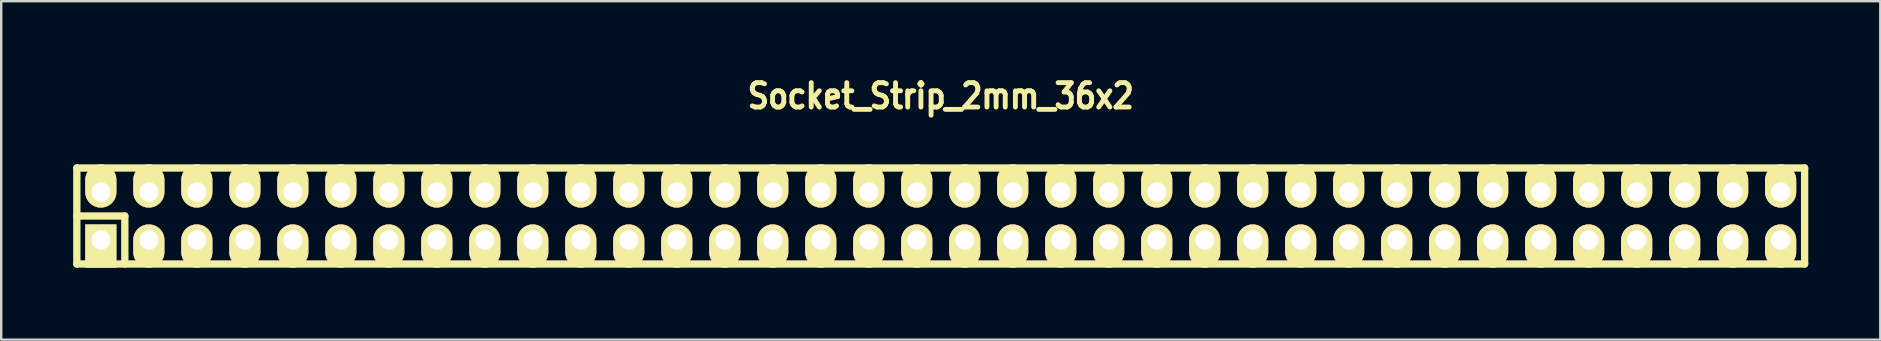
<source format=kicad_pcb>
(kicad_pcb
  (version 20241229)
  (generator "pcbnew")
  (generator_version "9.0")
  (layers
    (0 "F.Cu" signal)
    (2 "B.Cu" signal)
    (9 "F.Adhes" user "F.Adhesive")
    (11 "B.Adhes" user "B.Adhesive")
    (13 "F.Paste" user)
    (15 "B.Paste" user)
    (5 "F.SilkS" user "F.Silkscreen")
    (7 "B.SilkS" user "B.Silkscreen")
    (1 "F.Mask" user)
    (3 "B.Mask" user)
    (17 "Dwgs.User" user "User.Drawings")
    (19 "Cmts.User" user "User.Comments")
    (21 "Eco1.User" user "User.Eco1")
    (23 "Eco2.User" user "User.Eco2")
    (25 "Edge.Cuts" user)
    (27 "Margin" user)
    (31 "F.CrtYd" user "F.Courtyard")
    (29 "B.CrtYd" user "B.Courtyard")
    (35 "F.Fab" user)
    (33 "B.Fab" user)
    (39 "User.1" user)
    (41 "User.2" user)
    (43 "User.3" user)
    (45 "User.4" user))
  (footprint "Socket_Strip_2mm_36x2"
    (layer "F.Cu")
    (at 36.152 5.951)
    (property "Reference" "Socket_Strip_2mm_36x2" (at 0 -5 0) (layer "F.SilkS") (effects (font (size 1.016 0.889) (thickness 0.203))))
    (attr through_hole)
    (fp_line (start -36 -2) (end 36 -2) (stroke (width 0.305) (type solid)) (layer "F.SilkS"))
    (fp_line (start -36 0) (end -34 0) (stroke (width 0.305) (type solid)) (layer "F.SilkS"))
    (fp_line (start -36 2) (end -36 -2) (stroke (width 0.305) (type solid)) (layer "F.SilkS"))
    (fp_line (start -34 0) (end -34 2) (stroke (width 0.305) (type solid)) (layer "F.SilkS"))
    (fp_line (start 36 -2) (end 36 2) (stroke (width 0.305) (type solid)) (layer "F.SilkS"))
    (fp_line (start 36 2) (end -36 2) (stroke (width 0.305) (type solid)) (layer "F.SilkS"))
    (pad "1" thru_hole rect (at -35 1) (size 1.3 1.8) (drill 0.8 (offset 0 0.25)) (layers "*.Cu" "*.Mask" "F.SilkS"))
    (pad "2" thru_hole oval (at -35 -1) (size 1.3 1.8) (drill 0.8 (offset 0 -0.25)) (layers "*.Cu" "*.Mask" "F.SilkS"))
    (pad "3" thru_hole oval (at -33 1) (size 1.3 1.8) (drill 0.8 (offset 0 0.25)) (layers "*.Cu" "*.Mask" "F.SilkS"))
    (pad "4" thru_hole oval (at -33 -1) (size 1.3 1.8) (drill 0.8 (offset 0 -0.25)) (layers "*.Cu" "*.Mask" "F.SilkS"))
    (pad "5" thru_hole oval (at -31 1) (size 1.3 1.8) (drill 0.8 (offset 0 0.25)) (layers "*.Cu" "*.Mask" "F.SilkS"))
    (pad "6" thru_hole oval (at -31 -1) (size 1.3 1.8) (drill 0.8 (offset 0 -0.25)) (layers "*.Cu" "*.Mask" "F.SilkS"))
    (pad "7" thru_hole oval (at -29 1) (size 1.3 1.8) (drill 0.8 (offset 0 0.25)) (layers "*.Cu" "*.Mask" "F.SilkS"))
    (pad "8" thru_hole oval (at -29 -1) (size 1.3 1.8) (drill 0.8 (offset 0 -0.25)) (layers "*.Cu" "*.Mask" "F.SilkS"))
    (pad "9" thru_hole oval (at -27 1) (size 1.3 1.8) (drill 0.8 (offset 0 0.25)) (layers "*.Cu" "*.Mask" "F.SilkS"))
    (pad "10" thru_hole oval (at -27 -1) (size 1.3 1.8) (drill 0.8 (offset 0 -0.25)) (layers "*.Cu" "*.Mask" "F.SilkS"))
    (pad "11" thru_hole oval (at -25 1) (size 1.3 1.8) (drill 0.8 (offset 0 0.25)) (layers "*.Cu" "*.Mask" "F.SilkS"))
    (pad "12" thru_hole oval (at -25 -1) (size 1.3 1.8) (drill 0.8 (offset 0 -0.25)) (layers "*.Cu" "*.Mask" "F.SilkS"))
    (pad "13" thru_hole oval (at -23 1) (size 1.3 1.8) (drill 0.8 (offset 0 0.25)) (layers "*.Cu" "*.Mask" "F.SilkS"))
    (pad "14" thru_hole oval (at -23 -1) (size 1.3 1.8) (drill 0.8 (offset 0 -0.25)) (layers "*.Cu" "*.Mask" "F.SilkS"))
    (pad "15" thru_hole oval (at -21 1) (size 1.3 1.8) (drill 0.8 (offset 0 0.25)) (layers "*.Cu" "*.Mask" "F.SilkS"))
    (pad "16" thru_hole oval (at -21 -1) (size 1.3 1.8) (drill 0.8 (offset 0 -0.25)) (layers "*.Cu" "*.Mask" "F.SilkS"))
    (pad "17" thru_hole oval (at -19 1) (size 1.3 1.8) (drill 0.8 (offset 0 0.25)) (layers "*.Cu" "*.Mask" "F.SilkS"))
    (pad "18" thru_hole oval (at -19 -1) (size 1.3 1.8) (drill 0.8 (offset 0 -0.25)) (layers "*.Cu" "*.Mask" "F.SilkS"))
    (pad "19" thru_hole oval (at -17 1) (size 1.3 1.8) (drill 0.8 (offset 0 0.25)) (layers "*.Cu" "*.Mask" "F.SilkS"))
    (pad "20" thru_hole oval (at -17 -1) (size 1.3 1.8) (drill 0.8 (offset 0 -0.25)) (layers "*.Cu" "*.Mask" "F.SilkS"))
    (pad "21" thru_hole oval (at -15 1) (size 1.3 1.8) (drill 0.8 (offset 0 0.25)) (layers "*.Cu" "*.Mask" "F.SilkS"))
    (pad "22" thru_hole oval (at -15 -1) (size 1.3 1.8) (drill 0.8 (offset 0 -0.25)) (layers "*.Cu" "*.Mask" "F.SilkS"))
    (pad "23" thru_hole oval (at -13 1) (size 1.3 1.8) (drill 0.8 (offset 0 0.25)) (layers "*.Cu" "*.Mask" "F.SilkS"))
    (pad "24" thru_hole oval (at -13 -1) (size 1.3 1.8) (drill 0.8 (offset 0 -0.25)) (layers "*.Cu" "*.Mask" "F.SilkS"))
    (pad "25" thru_hole oval (at -11 1) (size 1.3 1.8) (drill 0.8 (offset 0 0.25)) (layers "*.Cu" "*.Mask" "F.SilkS"))
    (pad "26" thru_hole oval (at -11 -1) (size 1.3 1.8) (drill 0.8 (offset 0 -0.25)) (layers "*.Cu" "*.Mask" "F.SilkS"))
    (pad "27" thru_hole oval (at -9 1) (size 1.3 1.8) (drill 0.8 (offset 0 0.25)) (layers "*.Cu" "*.Mask" "F.SilkS"))
    (pad "28" thru_hole oval (at -9 -1) (size 1.3 1.8) (drill 0.8 (offset 0 -0.25)) (layers "*.Cu" "*.Mask" "F.SilkS"))
    (pad "29" thru_hole oval (at -7 1) (size 1.3 1.8) (drill 0.8 (offset 0 0.25)) (layers "*.Cu" "*.Mask" "F.SilkS"))
    (pad "30" thru_hole oval (at -7 -1) (size 1.3 1.8) (drill 0.8 (offset 0 -0.25)) (layers "*.Cu" "*.Mask" "F.SilkS"))
    (pad "31" thru_hole oval (at -5 1) (size 1.3 1.8) (drill 0.8 (offset 0 0.25)) (layers "*.Cu" "*.Mask" "F.SilkS"))
    (pad "32" thru_hole oval (at -5 -1) (size 1.3 1.8) (drill 0.8 (offset 0 -0.25)) (layers "*.Cu" "*.Mask" "F.SilkS"))
    (pad "33" thru_hole oval (at -3 1) (size 1.3 1.8) (drill 0.8 (offset 0 0.25)) (layers "*.Cu" "*.Mask" "F.SilkS"))
    (pad "34" thru_hole oval (at -3 -1) (size 1.3 1.8) (drill 0.8 (offset 0 -0.25)) (layers "*.Cu" "*.Mask" "F.SilkS"))
    (pad "35" thru_hole oval (at -1 1) (size 1.3 1.8) (drill 0.8 (offset 0 0.25)) (layers "*.Cu" "*.Mask" "F.SilkS"))
    (pad "36" thru_hole oval (at -1 -1) (size 1.3 1.8) (drill 0.8 (offset 0 -0.25)) (layers "*.Cu" "*.Mask" "F.SilkS"))
    (pad "37" thru_hole oval (at 1 1) (size 1.3 1.8) (drill 0.8 (offset 0 0.25)) (layers "*.Cu" "*.Mask" "F.SilkS"))
    (pad "38" thru_hole oval (at 1 -1) (size 1.3 1.8) (drill 0.8 (offset 0 -0.25)) (layers "*.Cu" "*.Mask" "F.SilkS"))
    (pad "39" thru_hole oval (at 3 1) (size 1.3 1.8) (drill 0.8 (offset 0 0.25)) (layers "*.Cu" "*.Mask" "F.SilkS"))
    (pad "40" thru_hole oval (at 3 -1) (size 1.3 1.8) (drill 0.8 (offset 0 -0.25)) (layers "*.Cu" "*.Mask" "F.SilkS"))
    (pad "41" thru_hole oval (at 5 1) (size 1.3 1.8) (drill 0.8 (offset 0 0.25)) (layers "*.Cu" "*.Mask" "F.SilkS"))
    (pad "42" thru_hole oval (at 5 -1) (size 1.3 1.8) (drill 0.8 (offset 0 -0.25)) (layers "*.Cu" "*.Mask" "F.SilkS"))
    (pad "43" thru_hole oval (at 7 1) (size 1.3 1.8) (drill 0.8 (offset 0 0.25)) (layers "*.Cu" "*.Mask" "F.SilkS"))
    (pad "44" thru_hole oval (at 7 -1) (size 1.3 1.8) (drill 0.8 (offset 0 -0.25)) (layers "*.Cu" "*.Mask" "F.SilkS"))
    (pad "45" thru_hole oval (at 9 1) (size 1.3 1.8) (drill 0.8 (offset 0 0.25)) (layers "*.Cu" "*.Mask" "F.SilkS"))
    (pad "46" thru_hole oval (at 9 -1) (size 1.3 1.8) (drill 0.8 (offset 0 -0.25)) (layers "*.Cu" "*.Mask" "F.SilkS"))
    (pad "47" thru_hole oval (at 11 1) (size 1.3 1.8) (drill 0.8 (offset 0 0.25)) (layers "*.Cu" "*.Mask" "F.SilkS"))
    (pad "48" thru_hole oval (at 11 -1) (size 1.3 1.8) (drill 0.8 (offset 0 -0.25)) (layers "*.Cu" "*.Mask" "F.SilkS"))
    (pad "49" thru_hole oval (at 13 1) (size 1.3 1.8) (drill 0.8 (offset 0 0.25)) (layers "*.Cu" "*.Mask" "F.SilkS"))
    (pad "50" thru_hole oval (at 13 -1) (size 1.3 1.8) (drill 0.8 (offset 0 -0.25)) (layers "*.Cu" "*.Mask" "F.SilkS"))
    (pad "51" thru_hole oval (at 15 1) (size 1.3 1.8) (drill 0.8 (offset 0 0.25)) (layers "*.Cu" "*.Mask" "F.SilkS"))
    (pad "52" thru_hole oval (at 15 -1) (size 1.3 1.8) (drill 0.8 (offset 0 -0.25)) (layers "*.Cu" "*.Mask" "F.SilkS"))
    (pad "53" thru_hole oval (at 17 1) (size 1.3 1.8) (drill 0.8 (offset 0 0.25)) (layers "*.Cu" "*.Mask" "F.SilkS"))
    (pad "54" thru_hole oval (at 17 -1) (size 1.3 1.8) (drill 0.8 (offset 0 -0.25)) (layers "*.Cu" "*.Mask" "F.SilkS"))
    (pad "55" thru_hole oval (at 19 1) (size 1.3 1.8) (drill 0.8 (offset 0 0.25)) (layers "*.Cu" "*.Mask" "F.SilkS"))
    (pad "56" thru_hole oval (at 19 -1) (size 1.3 1.8) (drill 0.8 (offset 0 -0.25)) (layers "*.Cu" "*.Mask" "F.SilkS"))
    (pad "57" thru_hole oval (at 21 1) (size 1.3 1.8) (drill 0.8 (offset 0 0.25)) (layers "*.Cu" "*.Mask" "F.SilkS"))
    (pad "58" thru_hole oval (at 21 -1) (size 1.3 1.8) (drill 0.8 (offset 0 -0.25)) (layers "*.Cu" "*.Mask" "F.SilkS"))
    (pad "59" thru_hole oval (at 23 1) (size 1.3 1.8) (drill 0.8 (offset 0 0.25)) (layers "*.Cu" "*.Mask" "F.SilkS"))
    (pad "60" thru_hole oval (at 23 -1) (size 1.3 1.8) (drill 0.8 (offset 0 -0.25)) (layers "*.Cu" "*.Mask" "F.SilkS"))
    (pad "61" thru_hole oval (at 25 1) (size 1.3 1.8) (drill 0.8 (offset 0 0.25)) (layers "*.Cu" "*.Mask" "F.SilkS"))
    (pad "62" thru_hole oval (at 25 -1) (size 1.3 1.8) (drill 0.8 (offset 0 -0.25)) (layers "*.Cu" "*.Mask" "F.SilkS"))
    (pad "63" thru_hole oval (at 27 1) (size 1.3 1.8) (drill 0.8 (offset 0 0.25)) (layers "*.Cu" "*.Mask" "F.SilkS"))
    (pad "64" thru_hole oval (at 27 -1) (size 1.3 1.8) (drill 0.8 (offset 0 -0.25)) (layers "*.Cu" "*.Mask" "F.SilkS"))
    (pad "65" thru_hole oval (at 29 1) (size 1.3 1.8) (drill 0.8 (offset 0 0.25)) (layers "*.Cu" "*.Mask" "F.SilkS"))
    (pad "66" thru_hole oval (at 29 -1) (size 1.3 1.8) (drill 0.8 (offset 0 -0.25)) (layers "*.Cu" "*.Mask" "F.SilkS"))
    (pad "67" thru_hole oval (at 31 1) (size 1.3 1.8) (drill 0.8 (offset 0 0.25)) (layers "*.Cu" "*.Mask" "F.SilkS"))
    (pad "68" thru_hole oval (at 31 -1) (size 1.3 1.8) (drill 0.8 (offset 0 -0.25)) (layers "*.Cu" "*.Mask" "F.SilkS"))
    (pad "69" thru_hole oval (at 33 1) (size 1.3 1.8) (drill 0.8 (offset 0 0.25)) (layers "*.Cu" "*.Mask" "F.SilkS"))
    (pad "70" thru_hole oval (at 33 -1) (size 1.3 1.8) (drill 0.8 (offset 0 -0.25)) (layers "*.Cu" "*.Mask" "F.SilkS"))
    (pad "71" thru_hole oval (at 35 1) (size 1.3 1.8) (drill 0.8 (offset 0 0.25)) (layers "*.Cu" "*.Mask" "F.SilkS"))
    (pad "72" thru_hole oval (at 35 -1) (size 1.3 1.8) (drill 0.8 (offset 0 -0.25)) (layers "*.Cu" "*.Mask" "F.SilkS")))
  (gr_rect
    (start -3 -3)
    (end 75.305 11.103)
    (stroke (width 0.1) (type default))
    (fill no)
    (layer "Edge.Cuts")))
</source>
